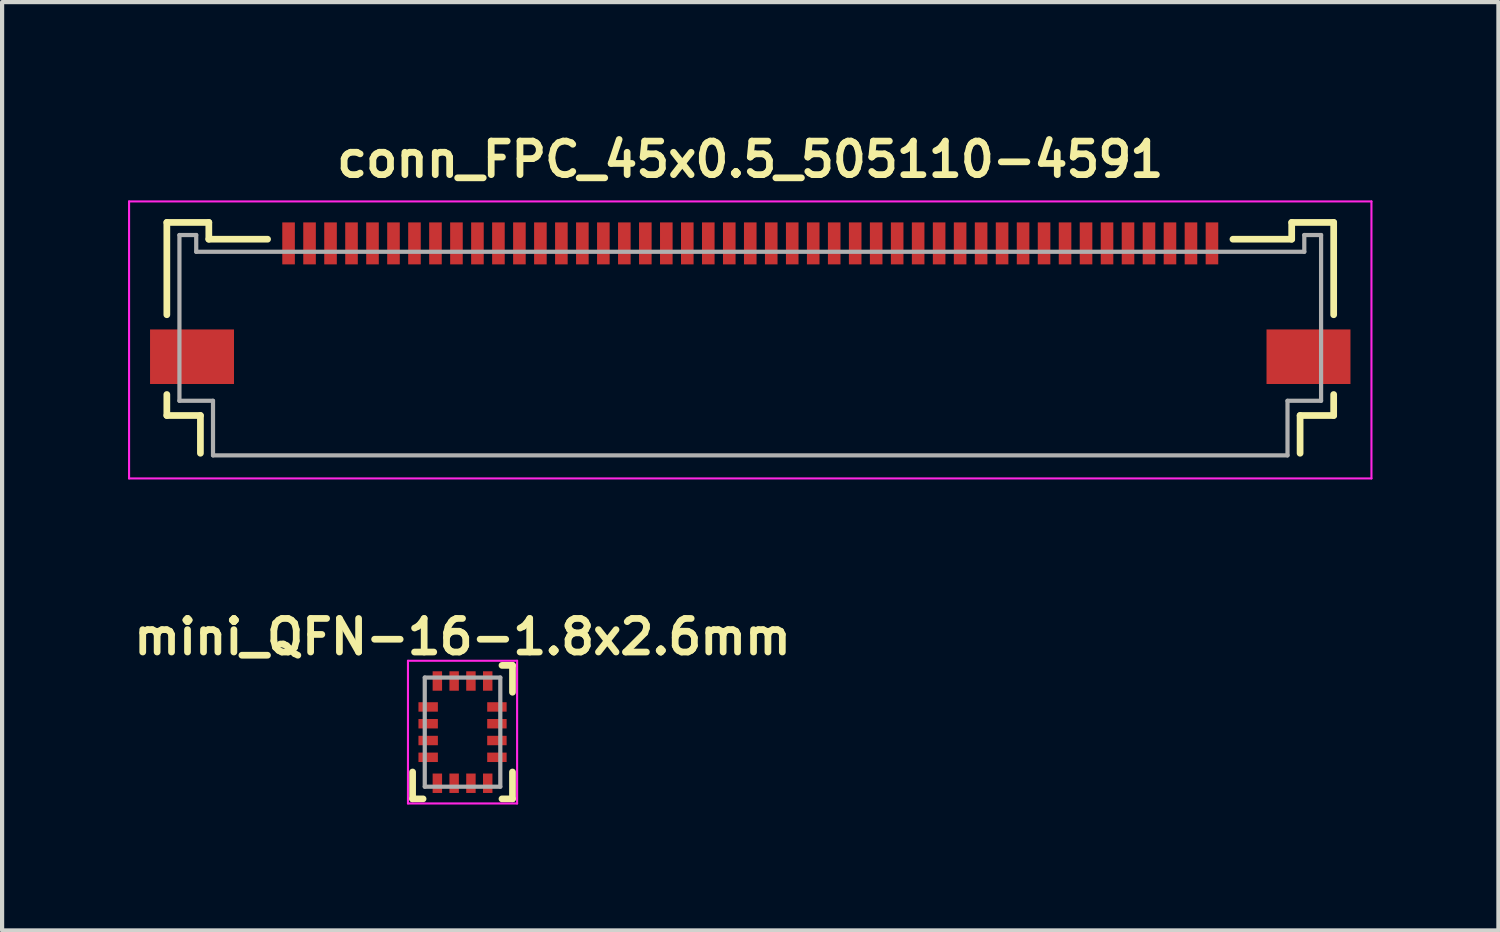
<source format=kicad_pcb>
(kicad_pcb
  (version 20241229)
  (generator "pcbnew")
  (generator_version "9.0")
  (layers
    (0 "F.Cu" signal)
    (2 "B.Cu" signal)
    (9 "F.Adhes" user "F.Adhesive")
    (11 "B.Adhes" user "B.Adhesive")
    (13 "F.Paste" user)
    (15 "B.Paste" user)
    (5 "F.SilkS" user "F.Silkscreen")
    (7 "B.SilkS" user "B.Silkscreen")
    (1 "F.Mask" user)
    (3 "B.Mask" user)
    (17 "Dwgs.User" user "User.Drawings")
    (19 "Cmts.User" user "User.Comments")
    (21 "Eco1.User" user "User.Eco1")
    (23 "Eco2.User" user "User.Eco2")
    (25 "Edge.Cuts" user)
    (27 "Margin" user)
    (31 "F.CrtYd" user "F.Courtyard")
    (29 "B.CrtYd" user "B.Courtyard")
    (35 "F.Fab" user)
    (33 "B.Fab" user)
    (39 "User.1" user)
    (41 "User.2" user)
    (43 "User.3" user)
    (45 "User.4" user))
  (footprint "mini_QFN-16-1.8x2.6mm"
    (layer "F.Cu")
    (at 7.97 14.393)
    (property "Reference" "mini_QFN-16-1.8x2.6mm" (at 0 -2.27 0) (layer "F.SilkS") (effects (font (size 0.8 0.8) (thickness 0.16))))
    (attr smd)
    (fp_line (start -1.19 1.59) (end -1.19 0.95) (stroke (width 0.16) (type solid)) (layer "F.SilkS"))
    (fp_line (start -1.19 1.59) (end -0.94 1.59) (stroke (width 0.16) (type solid)) (layer "F.SilkS"))
    (fp_line (start 1.19 -1.59) (end 0.94 -1.59) (stroke (width 0.16) (type solid)) (layer "F.SilkS"))
    (fp_line (start 1.19 -1.59) (end 1.19 -0.95) (stroke (width 0.16) (type solid)) (layer "F.SilkS"))
    (fp_line (start 1.19 1.59) (end 0.94 1.59) (stroke (width 0.16) (type solid)) (layer "F.SilkS"))
    (fp_line (start 1.19 1.59) (end 1.19 0.95) (stroke (width 0.16) (type solid)) (layer "F.SilkS"))
    (fp_line (start -1.3 -1.7) (end -1.3 1.7) (stroke (width 0.05) (type solid)) (layer "F.CrtYd"))
    (fp_line (start -1.3 -1.7) (end 1.3 -1.7) (stroke (width 0.05) (type solid)) (layer "F.CrtYd"))
    (fp_line (start -1.3 1.7) (end 1.3 1.7) (stroke (width 0.05) (type solid)) (layer "F.CrtYd"))
    (fp_line (start 1.3 -1.7) (end 1.3 1.7) (stroke (width 0.05) (type solid)) (layer "F.CrtYd"))
    (fp_line (start -0.9 -1.3) (end 0.9 -1.3) (stroke (width 0.1) (type solid)) (layer "F.Fab"))
    (fp_line (start -0.9 1.3) (end -0.9 -1.3) (stroke (width 0.1) (type solid)) (layer "F.Fab"))
    (fp_line (start 0.9 -1.3) (end 0.9 1.3) (stroke (width 0.1) (type solid)) (layer "F.Fab"))
    (fp_line (start 0.9 1.3) (end -0.9 1.3) (stroke (width 0.1) (type solid)) (layer "F.Fab"))
    (pad "1" smd rect (at -0.819 -0.6) (size 0.463 0.225) (layers "F.Cu" "F.Mask" "F.Paste"))
    (pad "2" smd rect (at -0.819 -0.2) (size 0.463 0.225) (layers "F.Cu" "F.Mask" "F.Paste"))
    (pad "3" smd rect (at -0.819 0.2) (size 0.463 0.225) (layers "F.Cu" "F.Mask" "F.Paste"))
    (pad "4" smd rect (at -0.819 0.6) (size 0.463 0.225) (layers "F.Cu" "F.Mask" "F.Paste"))
    (pad "5" smd rect (at -0.6 1.218 90) (size 0.463 0.225) (layers "F.Cu" "F.Mask" "F.Paste"))
    (pad "6" smd rect (at -0.2 1.218 90) (size 0.463 0.225) (layers "F.Cu" "F.Mask" "F.Paste"))
    (pad "7" smd rect (at 0.2 1.218 90) (size 0.463 0.225) (layers "F.Cu" "F.Mask" "F.Paste"))
    (pad "8" smd rect (at 0.6 1.218 90) (size 0.463 0.225) (layers "F.Cu" "F.Mask" "F.Paste"))
    (pad "9" smd rect (at 0.819 0.6) (size 0.463 0.225) (layers "F.Cu" "F.Mask" "F.Paste"))
    (pad "10" smd rect (at 0.819 0.2) (size 0.463 0.225) (layers "F.Cu" "F.Mask" "F.Paste"))
    (pad "11" smd rect (at 0.819 -0.2) (size 0.463 0.225) (layers "F.Cu" "F.Mask" "F.Paste"))
    (pad "12" smd rect (at 0.819 -0.6) (size 0.463 0.225) (layers "F.Cu" "F.Mask" "F.Paste"))
    (pad "13" smd rect (at 0.6 -1.218 90) (size 0.463 0.225) (layers "F.Cu" "F.Mask" "F.Paste"))
    (pad "14" smd rect (at 0.2 -1.218 90) (size 0.463 0.225) (layers "F.Cu" "F.Mask" "F.Paste"))
    (pad "15" smd rect (at -0.2 -1.218 90) (size 0.463 0.225) (layers "F.Cu" "F.Mask" "F.Paste"))
    (pad "16" smd rect (at -0.6 -1.218 90) (size 0.463 0.225) (layers "F.Cu" "F.Mask" "F.Paste")))
  (footprint "conn_FPC_45x0.5_505110-4591"
    (layer "F.Cu")
    (at 3.825 3.249)
    (property "Reference" "conn_FPC_45x0.5_505110-4591" (at 11 -2.5 0) (layer "F.SilkS") (effects (font (size 0.8 0.8) (thickness 0.16))))
    (attr through_hole)
    (fp_line (start -2.9 -1) (end -1.9 -1) (stroke (width 0.16) (type solid)) (layer "F.SilkS"))
    (fp_line (start -2.9 1.2) (end -2.9 -1) (stroke (width 0.16) (type solid)) (layer "F.SilkS"))
    (fp_line (start -2.9 3.1) (end -2.9 3.6) (stroke (width 0.16) (type solid)) (layer "F.SilkS"))
    (fp_line (start -2.9 3.6) (end -2.1 3.6) (stroke (width 0.16) (type solid)) (layer "F.SilkS"))
    (fp_line (start -2.1 3.6) (end -2.1 4.5) (stroke (width 0.16) (type solid)) (layer "F.SilkS"))
    (fp_line (start -1.9 -1) (end -1.9 -0.6) (stroke (width 0.16) (type solid)) (layer "F.SilkS"))
    (fp_line (start -1.9 -0.6) (end -0.5 -0.6) (stroke (width 0.16) (type solid)) (layer "F.SilkS"))
    (fp_line (start 23.9 -1) (end 23.9 -0.6) (stroke (width 0.16) (type solid)) (layer "F.SilkS"))
    (fp_line (start 23.9 -0.6) (end 22.5 -0.6) (stroke (width 0.16) (type solid)) (layer "F.SilkS"))
    (fp_line (start 24.1 3.6) (end 24.1 4.5) (stroke (width 0.16) (type solid)) (layer "F.SilkS"))
    (fp_line (start 24.9 -1) (end 23.9 -1) (stroke (width 0.16) (type solid)) (layer "F.SilkS"))
    (fp_line (start 24.9 1.2) (end 24.9 -1) (stroke (width 0.16) (type solid)) (layer "F.SilkS"))
    (fp_line (start 24.9 3.1) (end 24.9 3.6) (stroke (width 0.16) (type solid)) (layer "F.SilkS"))
    (fp_line (start 24.9 3.6) (end 24.1 3.6) (stroke (width 0.16) (type solid)) (layer "F.SilkS"))
    (fp_line (start -3.8 -1.5) (end 25.8 -1.5) (stroke (width 0.05) (type solid)) (layer "F.CrtYd"))
    (fp_line (start -3.8 5.1) (end -3.8 -1.5) (stroke (width 0.05) (type solid)) (layer "F.CrtYd"))
    (fp_line (start -3.8 5.1) (end 25.8 5.1) (stroke (width 0.05) (type solid)) (layer "F.CrtYd"))
    (fp_line (start 25.8 5.1) (end 25.8 -1.5) (stroke (width 0.05) (type solid)) (layer "F.CrtYd"))
    (fp_line (start -2.6 -0.7) (end -2.6 3.25) (stroke (width 0.1) (type solid)) (layer "F.Fab"))
    (fp_line (start -2.6 -0.7) (end -2.2 -0.7) (stroke (width 0.1) (type solid)) (layer "F.Fab"))
    (fp_line (start -2.6 3.25) (end -1.8 3.25) (stroke (width 0.1) (type solid)) (layer "F.Fab"))
    (fp_line (start -2.2 -0.3) (end -2.2 -0.7) (stroke (width 0.1) (type solid)) (layer "F.Fab"))
    (fp_line (start -2.2 -0.3) (end 24.2 -0.3) (stroke (width 0.1) (type solid)) (layer "F.Fab"))
    (fp_line (start -1.8 3.25) (end -1.8 4.55) (stroke (width 0.1) (type solid)) (layer "F.Fab"))
    (fp_line (start 23.8 3.25) (end 23.8 4.55) (stroke (width 0.1) (type solid)) (layer "F.Fab"))
    (fp_line (start 23.8 4.55) (end -1.8 4.55) (stroke (width 0.1) (type solid)) (layer "F.Fab"))
    (fp_line (start 24.2 -0.3) (end 24.2 -0.7) (stroke (width 0.1) (type solid)) (layer "F.Fab"))
    (fp_line (start 24.6 -0.7) (end 24.2 -0.7) (stroke (width 0.1) (type solid)) (layer "F.Fab"))
    (fp_line (start 24.6 -0.7) (end 24.6 3.25) (stroke (width 0.1) (type solid)) (layer "F.Fab"))
    (fp_line (start 24.6 3.25) (end 23.8 3.25) (stroke (width 0.1) (type solid)) (layer "F.Fab"))
    (pad "1" smd rect (at 0 -0.5) (size 0.3 1) (layers "F.Cu" "F.Mask" "F.Paste"))
    (pad "2" smd rect (at 0.5 -0.5) (size 0.3 1) (layers "F.Cu" "F.Mask" "F.Paste"))
    (pad "3" smd rect (at 1 -0.5) (size 0.3 1) (layers "F.Cu" "F.Mask" "F.Paste"))
    (pad "4" smd rect (at 1.5 -0.5) (size 0.3 1) (layers "F.Cu" "F.Mask" "F.Paste"))
    (pad "5" smd rect (at 2 -0.5) (size 0.3 1) (layers "F.Cu" "F.Mask" "F.Paste"))
    (pad "6" smd rect (at 2.5 -0.5) (size 0.3 1) (layers "F.Cu" "F.Mask" "F.Paste"))
    (pad "7" smd rect (at 3 -0.5) (size 0.3 1) (layers "F.Cu" "F.Mask" "F.Paste"))
    (pad "8" smd rect (at 3.5 -0.5) (size 0.3 1) (layers "F.Cu" "F.Mask" "F.Paste"))
    (pad "9" smd rect (at 4 -0.5) (size 0.3 1) (layers "F.Cu" "F.Mask" "F.Paste"))
    (pad "10" smd rect (at 4.5 -0.5) (size 0.3 1) (layers "F.Cu" "F.Mask" "F.Paste"))
    (pad "11" smd rect (at 5 -0.5) (size 0.3 1) (layers "F.Cu" "F.Mask" "F.Paste"))
    (pad "12" smd rect (at 5.5 -0.5) (size 0.3 1) (layers "F.Cu" "F.Mask" "F.Paste"))
    (pad "13" smd rect (at 6 -0.5) (size 0.3 1) (layers "F.Cu" "F.Mask" "F.Paste"))
    (pad "14" smd rect (at 6.5 -0.5) (size 0.3 1) (layers "F.Cu" "F.Mask" "F.Paste"))
    (pad "15" smd rect (at 7 -0.5) (size 0.3 1) (layers "F.Cu" "F.Mask" "F.Paste"))
    (pad "16" smd rect (at 7.5 -0.5) (size 0.3 1) (layers "F.Cu" "F.Mask" "F.Paste"))
    (pad "17" smd rect (at 8 -0.5) (size 0.3 1) (layers "F.Cu" "F.Mask" "F.Paste"))
    (pad "18" smd rect (at 8.5 -0.5) (size 0.3 1) (layers "F.Cu" "F.Mask" "F.Paste"))
    (pad "19" smd rect (at 9 -0.5) (size 0.3 1) (layers "F.Cu" "F.Mask" "F.Paste"))
    (pad "20" smd rect (at 9.5 -0.5) (size 0.3 1) (layers "F.Cu" "F.Mask" "F.Paste"))
    (pad "21" smd rect (at 10 -0.5) (size 0.3 1) (layers "F.Cu" "F.Mask" "F.Paste"))
    (pad "22" smd rect (at 10.5 -0.5) (size 0.3 1) (layers "F.Cu" "F.Mask" "F.Paste"))
    (pad "23" smd rect (at 11 -0.5) (size 0.3 1) (layers "F.Cu" "F.Mask" "F.Paste"))
    (pad "24" smd rect (at 11.5 -0.5) (size 0.3 1) (layers "F.Cu" "F.Mask" "F.Paste"))
    (pad "25" smd rect (at 12 -0.5) (size 0.3 1) (layers "F.Cu" "F.Mask" "F.Paste"))
    (pad "26" smd rect (at 12.5 -0.5) (size 0.3 1) (layers "F.Cu" "F.Mask" "F.Paste"))
    (pad "27" smd rect (at 13 -0.5) (size 0.3 1) (layers "F.Cu" "F.Mask" "F.Paste"))
    (pad "28" smd rect (at 13.5 -0.5) (size 0.3 1) (layers "F.Cu" "F.Mask" "F.Paste"))
    (pad "29" smd rect (at 14 -0.5) (size 0.3 1) (layers "F.Cu" "F.Mask" "F.Paste"))
    (pad "30" smd rect (at 14.5 -0.5) (size 0.3 1) (layers "F.Cu" "F.Mask" "F.Paste"))
    (pad "31" smd rect (at 15 -0.5) (size 0.3 1) (layers "F.Cu" "F.Mask" "F.Paste"))
    (pad "32" smd rect (at 15.5 -0.5) (size 0.3 1) (layers "F.Cu" "F.Mask" "F.Paste"))
    (pad "33" smd rect (at 16 -0.5) (size 0.3 1) (layers "F.Cu" "F.Mask" "F.Paste"))
    (pad "34" smd rect (at 16.5 -0.5) (size 0.3 1) (layers "F.Cu" "F.Mask" "F.Paste"))
    (pad "35" smd rect (at 17 -0.5) (size 0.3 1) (layers "F.Cu" "F.Mask" "F.Paste"))
    (pad "36" smd rect (at 17.5 -0.5) (size 0.3 1) (layers "F.Cu" "F.Mask" "F.Paste"))
    (pad "37" smd rect (at 18 -0.5) (size 0.3 1) (layers "F.Cu" "F.Mask" "F.Paste"))
    (pad "38" smd rect (at 18.5 -0.5) (size 0.3 1) (layers "F.Cu" "F.Mask" "F.Paste"))
    (pad "39" smd rect (at 19 -0.5) (size 0.3 1) (layers "F.Cu" "F.Mask" "F.Paste"))
    (pad "40" smd rect (at 19.5 -0.5) (size 0.3 1) (layers "F.Cu" "F.Mask" "F.Paste"))
    (pad "41" smd rect (at 20 -0.5) (size 0.3 1) (layers "F.Cu" "F.Mask" "F.Paste"))
    (pad "42" smd rect (at 20.5 -0.5) (size 0.3 1) (layers "F.Cu" "F.Mask" "F.Paste"))
    (pad "43" smd rect (at 21 -0.5) (size 0.3 1) (layers "F.Cu" "F.Mask" "F.Paste"))
    (pad "44" smd rect (at 21.5 -0.5) (size 0.3 1) (layers "F.Cu" "F.Mask" "F.Paste"))
    (pad "45" smd rect (at 22 -0.5) (size 0.3 1) (layers "F.Cu" "F.Mask" "F.Paste"))
    (pad "MP" smd rect (at -2.3 2.2) (size 2 1.3) (layers "F.Cu" "F.Mask" "F.Paste"))
    (pad "MP" smd rect (at 24.3 2.2) (size 2 1.3) (layers "F.Cu" "F.Mask" "F.Paste")))
  (gr_rect
    (start -3 -3)
    (end 32.65 19.118)
    (stroke (width 0.1) (type default))
    (fill no)
    (layer "Edge.Cuts")))
</source>
